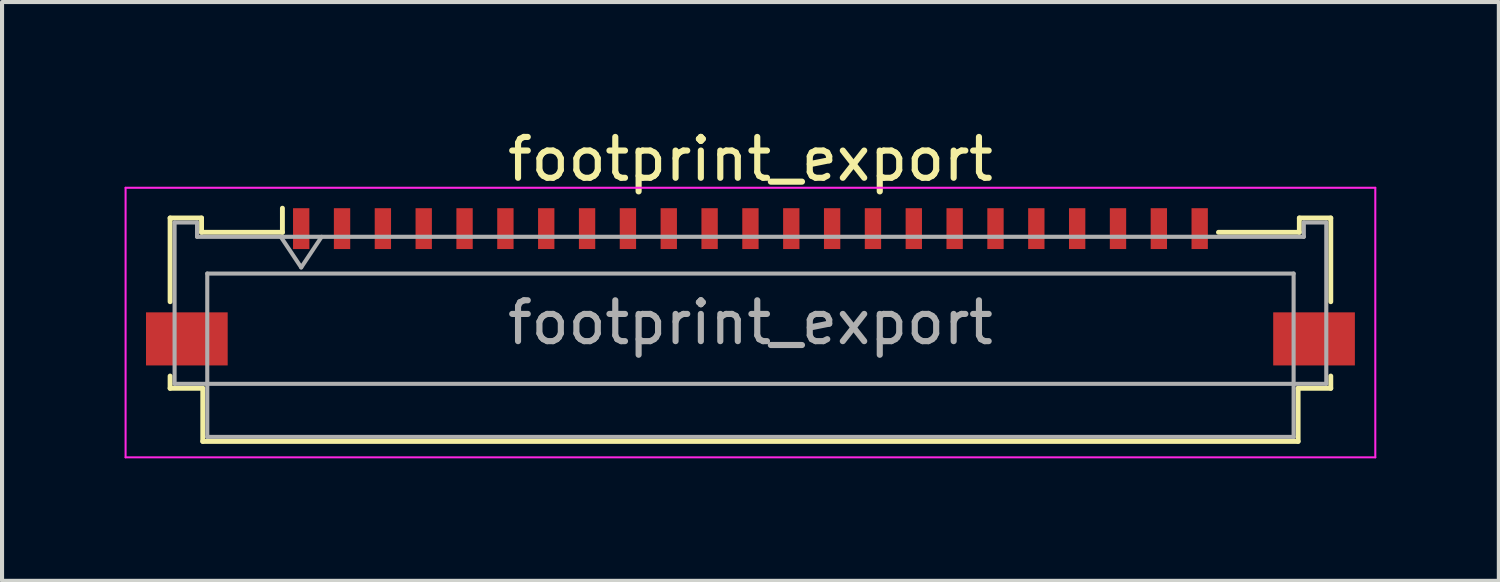
<source format=kicad_pcb>
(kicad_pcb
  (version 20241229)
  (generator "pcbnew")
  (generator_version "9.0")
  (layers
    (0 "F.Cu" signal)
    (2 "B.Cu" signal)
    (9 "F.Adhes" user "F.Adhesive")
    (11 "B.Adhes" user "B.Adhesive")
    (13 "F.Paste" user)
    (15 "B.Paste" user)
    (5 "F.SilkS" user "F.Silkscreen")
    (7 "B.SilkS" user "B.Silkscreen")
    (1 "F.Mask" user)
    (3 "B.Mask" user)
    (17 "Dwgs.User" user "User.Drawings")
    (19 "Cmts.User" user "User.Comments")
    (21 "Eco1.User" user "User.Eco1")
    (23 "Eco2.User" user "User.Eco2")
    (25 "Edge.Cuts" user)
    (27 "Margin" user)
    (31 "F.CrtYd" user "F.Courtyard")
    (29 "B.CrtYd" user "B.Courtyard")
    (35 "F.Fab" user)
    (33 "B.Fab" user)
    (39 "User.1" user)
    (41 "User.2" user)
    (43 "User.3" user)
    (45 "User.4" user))
  (footprint "footprint_export"
    (layer "F.Cu")
    (at 15.325 3.458)
    (property "Reference" "footprint_export" (at 0 -2.61 0) (layer "F.SilkS") (effects (font (size 1 1) (thickness 0.15))))
    (attr smd)
    (fp_line (start -14.21 -1.17) (end -14.21 0.88) (stroke (width 0.12) (type solid)) (layer "F.SilkS"))
    (fp_line (start -14.21 2.7) (end -14.21 3) (stroke (width 0.12) (type solid)) (layer "F.SilkS"))
    (fp_line (start -14.21 3) (end -13.41 3) (stroke (width 0.12) (type solid)) (layer "F.SilkS"))
    (fp_line (start -13.44 -1.17) (end -14.21 -1.17) (stroke (width 0.12) (type solid)) (layer "F.SilkS"))
    (fp_line (start -13.44 -0.82) (end -13.44 -1.17) (stroke (width 0.12) (type solid)) (layer "F.SilkS"))
    (fp_line (start -13.41 3) (end -13.41 4.3) (stroke (width 0.12) (type solid)) (layer "F.SilkS"))
    (fp_line (start -13.41 4.3) (end 13.41 4.3) (stroke (width 0.12) (type solid)) (layer "F.SilkS"))
    (fp_line (start -11.46 -1.41) (end -11.46 -0.82) (stroke (width 0.12) (type solid)) (layer "F.SilkS"))
    (fp_line (start -11.46 -0.82) (end -13.44 -0.82) (stroke (width 0.12) (type solid)) (layer "F.SilkS"))
    (fp_line (start 13.41 3) (end 14.21 3) (stroke (width 0.12) (type solid)) (layer "F.SilkS"))
    (fp_line (start 13.41 4.3) (end 13.41 3) (stroke (width 0.12) (type solid)) (layer "F.SilkS"))
    (fp_line (start 13.44 -1.17) (end 13.44 -0.82) (stroke (width 0.12) (type solid)) (layer "F.SilkS"))
    (fp_line (start 13.44 -0.82) (end 11.46 -0.82) (stroke (width 0.12) (type solid)) (layer "F.SilkS"))
    (fp_line (start 14.21 -1.17) (end 13.44 -1.17) (stroke (width 0.12) (type solid)) (layer "F.SilkS"))
    (fp_line (start 14.21 0.88) (end 14.21 -1.17) (stroke (width 0.12) (type solid)) (layer "F.SilkS"))
    (fp_line (start 14.21 3) (end 14.21 2.7) (stroke (width 0.12) (type solid)) (layer "F.SilkS"))
    (fp_line (start -15.3 -1.91) (end -15.3 4.69) (stroke (width 0.05) (type solid)) (layer "F.CrtYd"))
    (fp_line (start -15.3 4.69) (end 15.3 4.69) (stroke (width 0.05) (type solid)) (layer "F.CrtYd"))
    (fp_line (start 15.3 -1.91) (end -15.3 -1.91) (stroke (width 0.05) (type solid)) (layer "F.CrtYd"))
    (fp_line (start 15.3 4.69) (end 15.3 -1.91) (stroke (width 0.05) (type solid)) (layer "F.CrtYd"))
    (fp_line (start -14.1 -1.06) (end -14.1 2.89) (stroke (width 0.1) (type solid)) (layer "F.Fab"))
    (fp_line (start -14.1 2.89) (end 14.1 2.89) (stroke (width 0.1) (type solid)) (layer "F.Fab"))
    (fp_line (start -13.55 -1.06) (end -14.1 -1.06) (stroke (width 0.1) (type solid)) (layer "F.Fab"))
    (fp_line (start -13.55 -0.71) (end -13.55 -1.06) (stroke (width 0.1) (type solid)) (layer "F.Fab"))
    (fp_line (start -13.3 0.19) (end -13.3 4.19) (stroke (width 0.1) (type solid)) (layer "F.Fab"))
    (fp_line (start -13.3 4.19) (end 13.3 4.19) (stroke (width 0.1) (type solid)) (layer "F.Fab"))
    (fp_line (start -11.5 -0.71) (end -11 0.04) (stroke (width 0.1) (type solid)) (layer "F.Fab"))
    (fp_line (start -11 0.04) (end -10.5 -0.71) (stroke (width 0.1) (type solid)) (layer "F.Fab"))
    (fp_line (start 13.3 0.19) (end -13.3 0.19) (stroke (width 0.1) (type solid)) (layer "F.Fab"))
    (fp_line (start 13.3 4.19) (end 13.3 0.19) (stroke (width 0.1) (type solid)) (layer "F.Fab"))
    (fp_line (start 13.55 -1.06) (end 13.55 -0.71) (stroke (width 0.1) (type solid)) (layer "F.Fab"))
    (fp_line (start 13.55 -0.71) (end -13.55 -0.71) (stroke (width 0.1) (type solid)) (layer "F.Fab"))
    (fp_line (start 14.1 -1.06) (end 13.55 -1.06) (stroke (width 0.1) (type solid)) (layer "F.Fab"))
    (fp_line (start 14.1 2.89) (end 14.1 -1.06) (stroke (width 0.1) (type solid)) (layer "F.Fab"))
    (fp_text user "${REFERENCE}" (at 0 1.39 0) (layer "F.Fab") (effects (font (size 1 1) (thickness 0.15))))
    (pad "1" smd rect (at -11 -0.91) (size 0.4 1) (layers "F.Cu" "F.Mask" "F.Paste"))
    (pad "2" smd rect (at -10 -0.91) (size 0.4 1) (layers "F.Cu" "F.Mask" "F.Paste"))
    (pad "3" smd rect (at -9 -0.91) (size 0.4 1) (layers "F.Cu" "F.Mask" "F.Paste"))
    (pad "4" smd rect (at -8 -0.91) (size 0.4 1) (layers "F.Cu" "F.Mask" "F.Paste"))
    (pad "5" smd rect (at -7 -0.91) (size 0.4 1) (layers "F.Cu" "F.Mask" "F.Paste"))
    (pad "6" smd rect (at -6 -0.91) (size 0.4 1) (layers "F.Cu" "F.Mask" "F.Paste"))
    (pad "7" smd rect (at -5 -0.91) (size 0.4 1) (layers "F.Cu" "F.Mask" "F.Paste"))
    (pad "8" smd rect (at -4 -0.91) (size 0.4 1) (layers "F.Cu" "F.Mask" "F.Paste"))
    (pad "9" smd rect (at -3 -0.91) (size 0.4 1) (layers "F.Cu" "F.Mask" "F.Paste"))
    (pad "10" smd rect (at -2 -0.91) (size 0.4 1) (layers "F.Cu" "F.Mask" "F.Paste"))
    (pad "11" smd rect (at -1 -0.91) (size 0.4 1) (layers "F.Cu" "F.Mask" "F.Paste"))
    (pad "12" smd rect (at 0 -0.91) (size 0.4 1) (layers "F.Cu" "F.Mask" "F.Paste"))
    (pad "13" smd rect (at 1 -0.91) (size 0.4 1) (layers "F.Cu" "F.Mask" "F.Paste"))
    (pad "14" smd rect (at 2 -0.91) (size 0.4 1) (layers "F.Cu" "F.Mask" "F.Paste"))
    (pad "15" smd rect (at 3 -0.91) (size 0.4 1) (layers "F.Cu" "F.Mask" "F.Paste"))
    (pad "16" smd rect (at 4 -0.91) (size 0.4 1) (layers "F.Cu" "F.Mask" "F.Paste"))
    (pad "17" smd rect (at 5 -0.91) (size 0.4 1) (layers "F.Cu" "F.Mask" "F.Paste"))
    (pad "18" smd rect (at 6 -0.91) (size 0.4 1) (layers "F.Cu" "F.Mask" "F.Paste"))
    (pad "19" smd rect (at 7 -0.91) (size 0.4 1) (layers "F.Cu" "F.Mask" "F.Paste"))
    (pad "20" smd rect (at 8 -0.91) (size 0.4 1) (layers "F.Cu" "F.Mask" "F.Paste"))
    (pad "21" smd rect (at 9 -0.91) (size 0.4 1) (layers "F.Cu" "F.Mask" "F.Paste"))
    (pad "22" smd rect (at 10 -0.91) (size 0.4 1) (layers "F.Cu" "F.Mask" "F.Paste"))
    (pad "23" smd rect (at 11 -0.91) (size 0.4 1) (layers "F.Cu" "F.Mask" "F.Paste"))
    (pad "MP" smd rect (at -13.8 1.79) (size 2 1.3) (layers "F.Cu" "F.Mask" "F.Paste"))
    (pad "MP" smd rect (at 13.8 1.79) (size 2 1.3) (layers "F.Cu" "F.Mask" "F.Paste")))
  (gr_rect
    (start -3 -3)
    (end 33.65 11.173)
    (stroke (width 0.1) (type default))
    (fill no)
    (layer "Edge.Cuts")))
</source>
